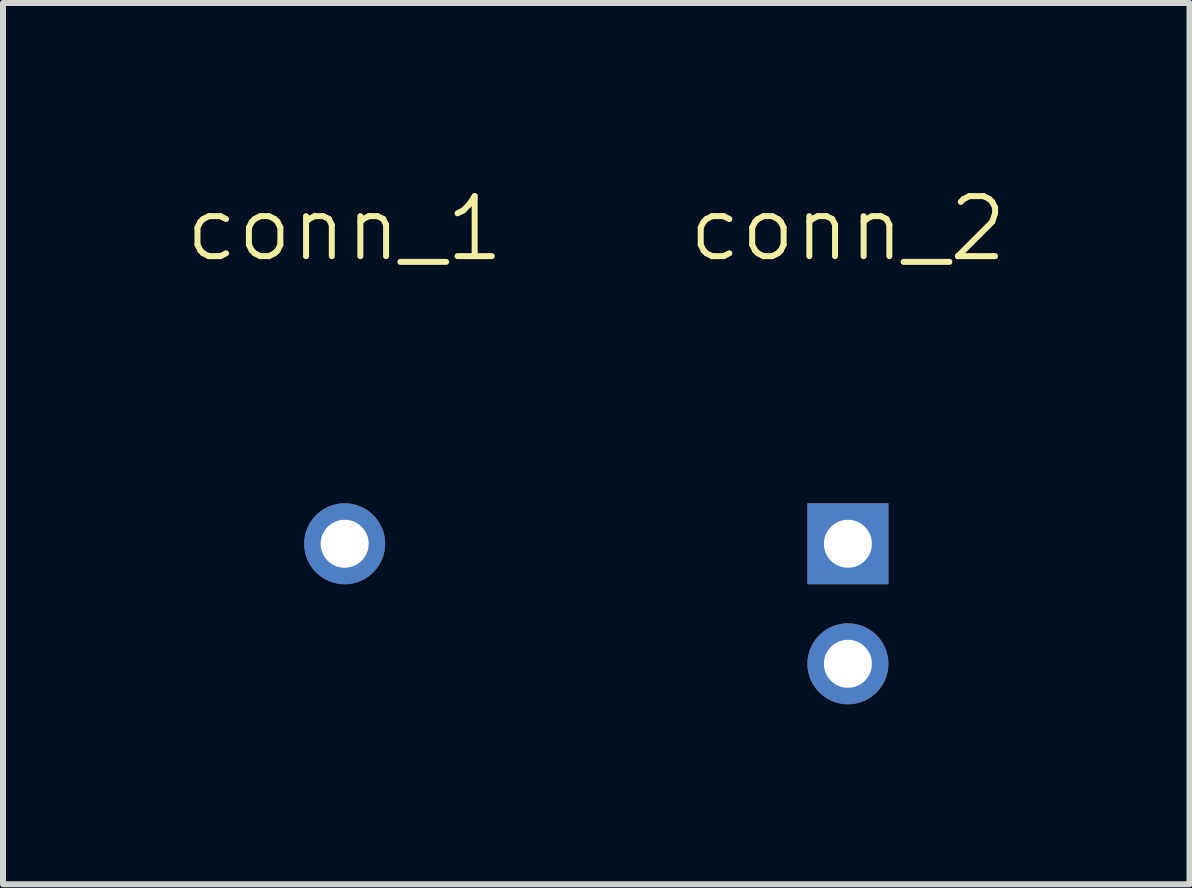
<source format=kicad_pcb>
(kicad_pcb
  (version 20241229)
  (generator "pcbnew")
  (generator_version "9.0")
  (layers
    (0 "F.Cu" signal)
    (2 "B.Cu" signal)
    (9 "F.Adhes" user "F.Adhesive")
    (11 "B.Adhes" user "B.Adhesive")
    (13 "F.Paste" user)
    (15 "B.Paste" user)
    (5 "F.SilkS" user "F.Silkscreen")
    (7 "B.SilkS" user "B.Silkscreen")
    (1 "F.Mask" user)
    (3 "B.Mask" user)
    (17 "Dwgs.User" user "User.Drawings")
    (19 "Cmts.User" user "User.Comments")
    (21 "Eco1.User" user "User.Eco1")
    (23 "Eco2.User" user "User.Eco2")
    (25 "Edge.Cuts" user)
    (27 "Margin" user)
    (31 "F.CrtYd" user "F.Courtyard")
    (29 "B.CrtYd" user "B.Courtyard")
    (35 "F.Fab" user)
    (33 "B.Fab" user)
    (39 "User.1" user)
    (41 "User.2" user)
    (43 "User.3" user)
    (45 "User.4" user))
  (footprint "conn_2"
    (layer "F.Cu")
    (at 11.079 6.011)
    (property "Reference" "conn_2" (at 0 -5.25 0) (unlocked yes) (layer "F.SilkS") (effects (font (size 1 1) (thickness 0.1))))
    (attr through_hole)
    (pad "1" thru_hole rect (at 0 0) (size 1.35 1.35) (drill 0.8) (layers "*.Cu" "*.Mask"))
    (pad "2" thru_hole circle (at 0 2) (size 1.35 1.35) (drill 0.8) (layers "*.Cu" "*.Mask")))
  (footprint "conn_1"
    (layer "F.Cu")
    (at 2.693 6.011)
    (property "Reference" "conn_1" (at 0 -5.25 0) (unlocked yes) (layer "F.SilkS") (effects (font (size 1 1) (thickness 0.1))))
    (attr through_hole)
    (pad "1" thru_hole circle (at 0 0 90) (size 1.35 1.35) (drill 0.8) (layers "*.Cu" "*.Mask")))
  (gr_rect
    (start -3 -3)
    (end 16.771 11.685)
    (stroke (width 0.1) (type default))
    (fill no)
    (layer "Edge.Cuts")))
</source>
